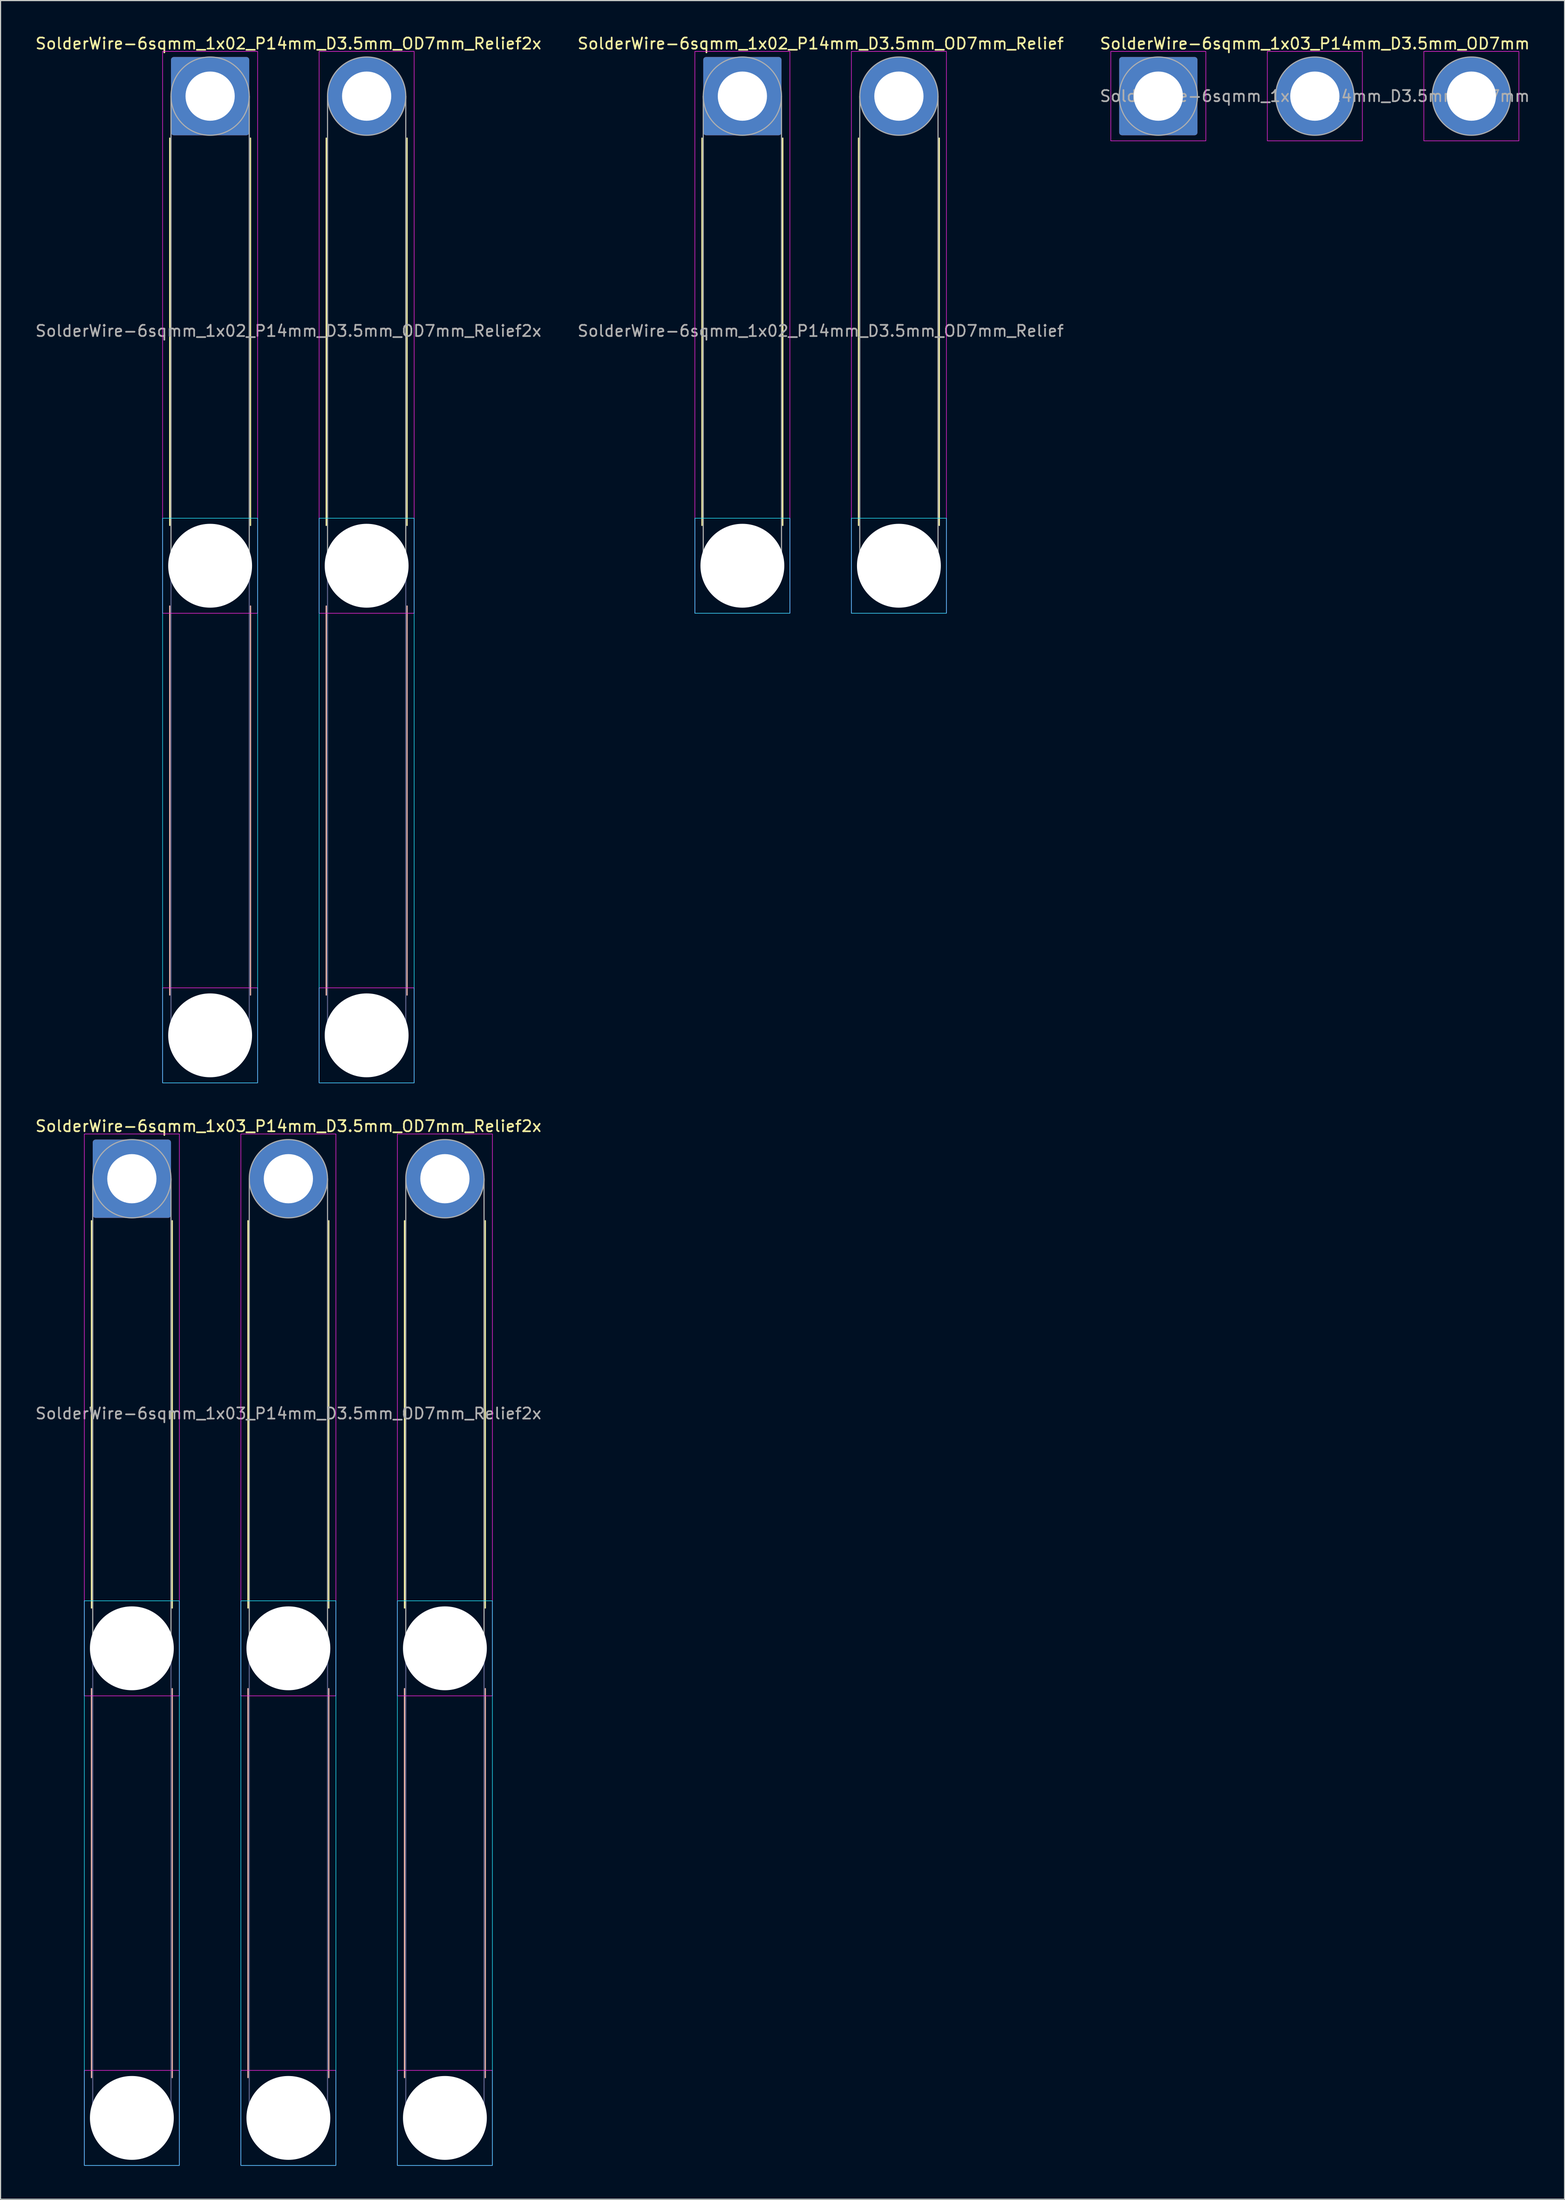
<source format=kicad_pcb>
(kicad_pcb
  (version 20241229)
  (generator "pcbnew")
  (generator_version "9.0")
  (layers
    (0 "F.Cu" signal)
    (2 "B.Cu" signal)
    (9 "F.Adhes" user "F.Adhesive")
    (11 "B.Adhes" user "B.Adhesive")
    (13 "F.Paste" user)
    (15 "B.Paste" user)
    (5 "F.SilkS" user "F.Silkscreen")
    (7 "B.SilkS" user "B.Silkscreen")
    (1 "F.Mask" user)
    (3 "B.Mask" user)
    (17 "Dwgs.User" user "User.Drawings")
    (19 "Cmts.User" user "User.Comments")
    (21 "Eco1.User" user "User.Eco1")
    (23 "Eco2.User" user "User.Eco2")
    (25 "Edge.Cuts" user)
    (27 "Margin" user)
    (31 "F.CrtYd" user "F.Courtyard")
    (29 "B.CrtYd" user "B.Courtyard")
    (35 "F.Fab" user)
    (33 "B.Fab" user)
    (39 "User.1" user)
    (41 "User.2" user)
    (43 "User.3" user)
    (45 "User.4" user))
  (footprint "SolderWire-6sqmm_1x02_P14mm_D3.5mm_OD7mm_Relief"
    (layer "F.Cu")
    (at 63.351 5.548)
    (property "Reference" "SolderWire-6sqmm_1x02_P14mm_D3.5mm_OD7mm_Relief" (at 7 -4.7 0) (layer "F.SilkS") (effects (font (size 1 1) (thickness 0.15))))
    (attr exclude_from_pos_files exclude_from_bom)
    (fp_line (start -3.61 3.76) (end -3.61 38.39) (stroke (width 0.12) (type solid)) (layer "F.SilkS"))
    (fp_line (start 3.61 3.76) (end 3.61 38.39) (stroke (width 0.12) (type solid)) (layer "F.SilkS"))
    (fp_line (start 10.39 3.76) (end 10.39 38.39) (stroke (width 0.12) (type solid)) (layer "F.SilkS"))
    (fp_line (start 17.61 3.76) (end 17.61 38.39) (stroke (width 0.12) (type solid)) (layer "F.SilkS"))
    (fp_rect (start -4.25 37.75) (end 4.25 46.25) (stroke (width 0.05) (type solid)) (fill no) (layer "B.CrtYd"))
    (fp_rect (start 9.75 37.75) (end 18.25 46.25) (stroke (width 0.05) (type solid)) (fill no) (layer "B.CrtYd"))
    (fp_rect (start -4.25 -4) (end 4.25 46.25) (stroke (width 0.05) (type solid)) (fill no) (layer "F.CrtYd"))
    (fp_rect (start 9.75 -4) (end 18.25 46.25) (stroke (width 0.05) (type solid)) (fill no) (layer "F.CrtYd"))
    (fp_line (start -3.5 0) (end -3.5 42) (stroke (width 0.1) (type solid)) (layer "F.Fab"))
    (fp_line (start 3.5 0) (end 3.5 42) (stroke (width 0.1) (type solid)) (layer "F.Fab"))
    (fp_line (start 10.5 0) (end 10.5 42) (stroke (width 0.1) (type solid)) (layer "F.Fab"))
    (fp_line (start 17.5 0) (end 17.5 42) (stroke (width 0.1) (type solid)) (layer "F.Fab"))
    (fp_circle (center 0 0) (end 3.5 0) (stroke (width 0.1) (type solid)) (fill no) (layer "F.Fab"))
    (fp_circle (center 0 42) (end 3.5 42) (stroke (width 0.1) (type solid)) (fill no) (layer "F.Fab"))
    (fp_circle (center 14 0) (end 17.5 0) (stroke (width 0.1) (type solid)) (fill no) (layer "F.Fab"))
    (fp_circle (center 14 42) (end 17.5 42) (stroke (width 0.1) (type solid)) (fill no) (layer "F.Fab"))
    (fp_text user "${REFERENCE}" (at 7 21 0) (layer "F.Fab") (effects (font (size 1 1) (thickness 0.15))))
    (pad "" np_thru_hole circle (at 0 42) (size 7.5 7.5) (drill 7.5) (layers "*.Cu" "*.Mask"))
    (pad "" np_thru_hole circle (at 14 42) (size 7.5 7.5) (drill 7.5) (layers "*.Cu" "*.Mask"))
    (pad "1" thru_hole roundrect (at 0 0) (size 7 7) (drill 4.4) (layers "*.Cu" "*.Mask") (roundrect_rratio 0.036))
    (pad "2" thru_hole circle (at 14 0) (size 7 7) (drill 4.4) (layers "*.Cu" "*.Mask")))
  (footprint "SolderWire-6sqmm_1x03_P14mm_D3.5mm_OD7mm_Relief2x"
    (layer "F.Cu")
    (at 8.744 102.371)
    (property "Reference" "SolderWire-6sqmm_1x03_P14mm_D3.5mm_OD7mm_Relief2x" (at 14 -4.7 0) (layer "F.SilkS") (effects (font (size 1 1) (thickness 0.15))))
    (attr exclude_from_pos_files exclude_from_bom)
    (fp_line (start -3.61 3.76) (end -3.61 38.39) (stroke (width 0.12) (type solid)) (layer "F.SilkS"))
    (fp_line (start 3.61 3.76) (end 3.61 38.39) (stroke (width 0.12) (type solid)) (layer "F.SilkS"))
    (fp_line (start 10.39 3.76) (end 10.39 38.39) (stroke (width 0.12) (type solid)) (layer "F.SilkS"))
    (fp_line (start 17.61 3.76) (end 17.61 38.39) (stroke (width 0.12) (type solid)) (layer "F.SilkS"))
    (fp_line (start 24.39 3.76) (end 24.39 38.39) (stroke (width 0.12) (type solid)) (layer "F.SilkS"))
    (fp_line (start 31.61 3.76) (end 31.61 38.39) (stroke (width 0.12) (type solid)) (layer "F.SilkS"))
    (fp_line (start -3.61 45.61) (end -3.61 80.39) (stroke (width 0.12) (type solid)) (layer "B.SilkS"))
    (fp_line (start 3.61 45.61) (end 3.61 80.39) (stroke (width 0.12) (type solid)) (layer "B.SilkS"))
    (fp_line (start 10.39 45.61) (end 10.39 80.39) (stroke (width 0.12) (type solid)) (layer "B.SilkS"))
    (fp_line (start 17.61 45.61) (end 17.61 80.39) (stroke (width 0.12) (type solid)) (layer "B.SilkS"))
    (fp_line (start 24.39 45.61) (end 24.39 80.39) (stroke (width 0.12) (type solid)) (layer "B.SilkS"))
    (fp_line (start 31.61 45.61) (end 31.61 80.39) (stroke (width 0.12) (type solid)) (layer "B.SilkS"))
    (fp_rect (start -4.25 37.75) (end 4.25 88.25) (stroke (width 0.05) (type solid)) (fill no) (layer "B.CrtYd"))
    (fp_rect (start 9.75 37.75) (end 18.25 88.25) (stroke (width 0.05) (type solid)) (fill no) (layer "B.CrtYd"))
    (fp_rect (start 23.75 37.75) (end 32.25 88.25) (stroke (width 0.05) (type solid)) (fill no) (layer "B.CrtYd"))
    (fp_rect (start -4.25 -4) (end 4.25 46.25) (stroke (width 0.05) (type solid)) (fill no) (layer "F.CrtYd"))
    (fp_rect (start -4.25 79.75) (end 4.25 88.25) (stroke (width 0.05) (type solid)) (fill no) (layer "F.CrtYd"))
    (fp_rect (start 9.75 -4) (end 18.25 46.25) (stroke (width 0.05) (type solid)) (fill no) (layer "F.CrtYd"))
    (fp_rect (start 9.75 79.75) (end 18.25 88.25) (stroke (width 0.05) (type solid)) (fill no) (layer "F.CrtYd"))
    (fp_rect (start 23.75 -4) (end 32.25 46.25) (stroke (width 0.05) (type solid)) (fill no) (layer "F.CrtYd"))
    (fp_rect (start 23.75 79.75) (end 32.25 88.25) (stroke (width 0.05) (type solid)) (fill no) (layer "F.CrtYd"))
    (fp_line (start -3.5 42) (end -3.5 84) (stroke (width 0.1) (type solid)) (layer "B.Fab"))
    (fp_line (start 3.5 42) (end 3.5 84) (stroke (width 0.1) (type solid)) (layer "B.Fab"))
    (fp_line (start 10.5 42) (end 10.5 84) (stroke (width 0.1) (type solid)) (layer "B.Fab"))
    (fp_line (start 17.5 42) (end 17.5 84) (stroke (width 0.1) (type solid)) (layer "B.Fab"))
    (fp_line (start 24.5 42) (end 24.5 84) (stroke (width 0.1) (type solid)) (layer "B.Fab"))
    (fp_line (start 31.5 42) (end 31.5 84) (stroke (width 0.1) (type solid)) (layer "B.Fab"))
    (fp_circle (center 0 42) (end 3.5 42) (stroke (width 0.1) (type solid)) (fill no) (layer "B.Fab"))
    (fp_circle (center 0 84) (end 3.5 84) (stroke (width 0.1) (type solid)) (fill no) (layer "B.Fab"))
    (fp_circle (center 14 42) (end 17.5 42) (stroke (width 0.1) (type solid)) (fill no) (layer "B.Fab"))
    (fp_circle (center 14 84) (end 17.5 84) (stroke (width 0.1) (type solid)) (fill no) (layer "B.Fab"))
    (fp_circle (center 28 42) (end 31.5 42) (stroke (width 0.1) (type solid)) (fill no) (layer "B.Fab"))
    (fp_circle (center 28 84) (end 31.5 84) (stroke (width 0.1) (type solid)) (fill no) (layer "B.Fab"))
    (fp_line (start -3.5 0) (end -3.5 42) (stroke (width 0.1) (type solid)) (layer "F.Fab"))
    (fp_line (start 3.5 0) (end 3.5 42) (stroke (width 0.1) (type solid)) (layer "F.Fab"))
    (fp_line (start 10.5 0) (end 10.5 42) (stroke (width 0.1) (type solid)) (layer "F.Fab"))
    (fp_line (start 17.5 0) (end 17.5 42) (stroke (width 0.1) (type solid)) (layer "F.Fab"))
    (fp_line (start 24.5 0) (end 24.5 42) (stroke (width 0.1) (type solid)) (layer "F.Fab"))
    (fp_line (start 31.5 0) (end 31.5 42) (stroke (width 0.1) (type solid)) (layer "F.Fab"))
    (fp_circle (center 0 0) (end 3.5 0) (stroke (width 0.1) (type solid)) (fill no) (layer "F.Fab"))
    (fp_circle (center 0 42) (end 3.5 42) (stroke (width 0.1) (type solid)) (fill no) (layer "F.Fab"))
    (fp_circle (center 0 84) (end 3.5 84) (stroke (width 0.1) (type solid)) (fill no) (layer "F.Fab"))
    (fp_circle (center 14 0) (end 17.5 0) (stroke (width 0.1) (type solid)) (fill no) (layer "F.Fab"))
    (fp_circle (center 14 42) (end 17.5 42) (stroke (width 0.1) (type solid)) (fill no) (layer "F.Fab"))
    (fp_circle (center 14 84) (end 17.5 84) (stroke (width 0.1) (type solid)) (fill no) (layer "F.Fab"))
    (fp_circle (center 28 0) (end 31.5 0) (stroke (width 0.1) (type solid)) (fill no) (layer "F.Fab"))
    (fp_circle (center 28 42) (end 31.5 42) (stroke (width 0.1) (type solid)) (fill no) (layer "F.Fab"))
    (fp_circle (center 28 84) (end 31.5 84) (stroke (width 0.1) (type solid)) (fill no) (layer "F.Fab"))
    (fp_text user "${REFERENCE}" (at 14 21 0) (layer "F.Fab") (effects (font (size 1 1) (thickness 0.15))))
    (pad "" np_thru_hole circle (at 0 42) (size 7.5 7.5) (drill 7.5) (layers "*.Cu" "*.Mask"))
    (pad "" np_thru_hole circle (at 0 84) (size 7.5 7.5) (drill 7.5) (layers "*.Cu" "*.Mask"))
    (pad "" np_thru_hole circle (at 14 42) (size 7.5 7.5) (drill 7.5) (layers "*.Cu" "*.Mask"))
    (pad "" np_thru_hole circle (at 14 84) (size 7.5 7.5) (drill 7.5) (layers "*.Cu" "*.Mask"))
    (pad "" np_thru_hole circle (at 28 42) (size 7.5 7.5) (drill 7.5) (layers "*.Cu" "*.Mask"))
    (pad "" np_thru_hole circle (at 28 84) (size 7.5 7.5) (drill 7.5) (layers "*.Cu" "*.Mask"))
    (pad "1" thru_hole roundrect (at 0 0) (size 7 7) (drill 4.4) (layers "*.Cu" "*.Mask") (roundrect_rratio 0.036))
    (pad "2" thru_hole circle (at 14 0) (size 7 7) (drill 4.4) (layers "*.Cu" "*.Mask"))
    (pad "3" thru_hole circle (at 28 0) (size 7 7) (drill 4.4) (layers "*.Cu" "*.Mask")))
  (footprint "SolderWire-6sqmm_1x02_P14mm_D3.5mm_OD7mm_Relief2x"
    (layer "F.Cu")
    (at 15.744 5.548)
    (property "Reference" "SolderWire-6sqmm_1x02_P14mm_D3.5mm_OD7mm_Relief2x" (at 7 -4.7 0) (layer "F.SilkS") (effects (font (size 1 1) (thickness 0.15))))
    (attr exclude_from_pos_files exclude_from_bom)
    (fp_line (start -3.61 3.76) (end -3.61 38.39) (stroke (width 0.12) (type solid)) (layer "F.SilkS"))
    (fp_line (start 3.61 3.76) (end 3.61 38.39) (stroke (width 0.12) (type solid)) (layer "F.SilkS"))
    (fp_line (start 10.39 3.76) (end 10.39 38.39) (stroke (width 0.12) (type solid)) (layer "F.SilkS"))
    (fp_line (start 17.61 3.76) (end 17.61 38.39) (stroke (width 0.12) (type solid)) (layer "F.SilkS"))
    (fp_line (start -3.61 45.61) (end -3.61 80.39) (stroke (width 0.12) (type solid)) (layer "B.SilkS"))
    (fp_line (start 3.61 45.61) (end 3.61 80.39) (stroke (width 0.12) (type solid)) (layer "B.SilkS"))
    (fp_line (start 10.39 45.61) (end 10.39 80.39) (stroke (width 0.12) (type solid)) (layer "B.SilkS"))
    (fp_line (start 17.61 45.61) (end 17.61 80.39) (stroke (width 0.12) (type solid)) (layer "B.SilkS"))
    (fp_rect (start -4.25 37.75) (end 4.25 88.25) (stroke (width 0.05) (type solid)) (fill no) (layer "B.CrtYd"))
    (fp_rect (start 9.75 37.75) (end 18.25 88.25) (stroke (width 0.05) (type solid)) (fill no) (layer "B.CrtYd"))
    (fp_rect (start -4.25 -4) (end 4.25 46.25) (stroke (width 0.05) (type solid)) (fill no) (layer "F.CrtYd"))
    (fp_rect (start -4.25 79.75) (end 4.25 88.25) (stroke (width 0.05) (type solid)) (fill no) (layer "F.CrtYd"))
    (fp_rect (start 9.75 -4) (end 18.25 46.25) (stroke (width 0.05) (type solid)) (fill no) (layer "F.CrtYd"))
    (fp_rect (start 9.75 79.75) (end 18.25 88.25) (stroke (width 0.05) (type solid)) (fill no) (layer "F.CrtYd"))
    (fp_line (start -3.5 42) (end -3.5 84) (stroke (width 0.1) (type solid)) (layer "B.Fab"))
    (fp_line (start 3.5 42) (end 3.5 84) (stroke (width 0.1) (type solid)) (layer "B.Fab"))
    (fp_line (start 10.5 42) (end 10.5 84) (stroke (width 0.1) (type solid)) (layer "B.Fab"))
    (fp_line (start 17.5 42) (end 17.5 84) (stroke (width 0.1) (type solid)) (layer "B.Fab"))
    (fp_circle (center 0 42) (end 3.5 42) (stroke (width 0.1) (type solid)) (fill no) (layer "B.Fab"))
    (fp_circle (center 0 84) (end 3.5 84) (stroke (width 0.1) (type solid)) (fill no) (layer "B.Fab"))
    (fp_circle (center 14 42) (end 17.5 42) (stroke (width 0.1) (type solid)) (fill no) (layer "B.Fab"))
    (fp_circle (center 14 84) (end 17.5 84) (stroke (width 0.1) (type solid)) (fill no) (layer "B.Fab"))
    (fp_line (start -3.5 0) (end -3.5 42) (stroke (width 0.1) (type solid)) (layer "F.Fab"))
    (fp_line (start 3.5 0) (end 3.5 42) (stroke (width 0.1) (type solid)) (layer "F.Fab"))
    (fp_line (start 10.5 0) (end 10.5 42) (stroke (width 0.1) (type solid)) (layer "F.Fab"))
    (fp_line (start 17.5 0) (end 17.5 42) (stroke (width 0.1) (type solid)) (layer "F.Fab"))
    (fp_circle (center 0 0) (end 3.5 0) (stroke (width 0.1) (type solid)) (fill no) (layer "F.Fab"))
    (fp_circle (center 0 42) (end 3.5 42) (stroke (width 0.1) (type solid)) (fill no) (layer "F.Fab"))
    (fp_circle (center 0 84) (end 3.5 84) (stroke (width 0.1) (type solid)) (fill no) (layer "F.Fab"))
    (fp_circle (center 14 0) (end 17.5 0) (stroke (width 0.1) (type solid)) (fill no) (layer "F.Fab"))
    (fp_circle (center 14 42) (end 17.5 42) (stroke (width 0.1) (type solid)) (fill no) (layer "F.Fab"))
    (fp_circle (center 14 84) (end 17.5 84) (stroke (width 0.1) (type solid)) (fill no) (layer "F.Fab"))
    (fp_text user "${REFERENCE}" (at 7 21 0) (layer "F.Fab") (effects (font (size 1 1) (thickness 0.15))))
    (pad "" np_thru_hole circle (at 0 42) (size 7.5 7.5) (drill 7.5) (layers "*.Cu" "*.Mask"))
    (pad "" np_thru_hole circle (at 0 84) (size 7.5 7.5) (drill 7.5) (layers "*.Cu" "*.Mask"))
    (pad "" np_thru_hole circle (at 14 42) (size 7.5 7.5) (drill 7.5) (layers "*.Cu" "*.Mask"))
    (pad "" np_thru_hole circle (at 14 84) (size 7.5 7.5) (drill 7.5) (layers "*.Cu" "*.Mask"))
    (pad "1" thru_hole roundrect (at 0 0) (size 7 7) (drill 4.4) (layers "*.Cu" "*.Mask") (roundrect_rratio 0.036))
    (pad "2" thru_hole circle (at 14 0) (size 7 7) (drill 4.4) (layers "*.Cu" "*.Mask")))
  (footprint "SolderWire-6sqmm_1x03_P14mm_D3.5mm_OD7mm"
    (layer "F.Cu")
    (at 100.554 5.548)
    (property "Reference" "SolderWire-6sqmm_1x03_P14mm_D3.5mm_OD7mm" (at 14 -4.7 0) (layer "F.SilkS") (effects (font (size 1 1) (thickness 0.15))))
    (attr exclude_from_pos_files exclude_from_bom)
    (fp_rect (start -4.25 -4) (end 4.25 4) (stroke (width 0.05) (type solid)) (fill no) (layer "F.CrtYd"))
    (fp_rect (start 9.75 -4) (end 18.25 4) (stroke (width 0.05) (type solid)) (fill no) (layer "F.CrtYd"))
    (fp_rect (start 23.75 -4) (end 32.25 4) (stroke (width 0.05) (type solid)) (fill no) (layer "F.CrtYd"))
    (fp_circle (center 0 0) (end 3.5 0) (stroke (width 0.1) (type solid)) (fill no) (layer "F.Fab"))
    (fp_circle (center 14 0) (end 17.5 0) (stroke (width 0.1) (type solid)) (fill no) (layer "F.Fab"))
    (fp_circle (center 28 0) (end 31.5 0) (stroke (width 0.1) (type solid)) (fill no) (layer "F.Fab"))
    (fp_text user "${REFERENCE}" (at 14 0 0) (layer "F.Fab") (effects (font (size 1 1) (thickness 0.15))))
    (pad "1" thru_hole roundrect (at 0 0) (size 7 7) (drill 4.4) (layers "*.Cu" "*.Mask") (roundrect_rratio 0.036))
    (pad "2" thru_hole circle (at 14 0) (size 7 7) (drill 4.4) (layers "*.Cu" "*.Mask"))
    (pad "3" thru_hole circle (at 28 0) (size 7 7) (drill 4.4) (layers "*.Cu" "*.Mask")))
  (gr_rect
    (start -3 -3)
    (end 136.893 193.647)
    (stroke (width 0.1) (type default))
    (fill no)
    (layer "Edge.Cuts")))
</source>
